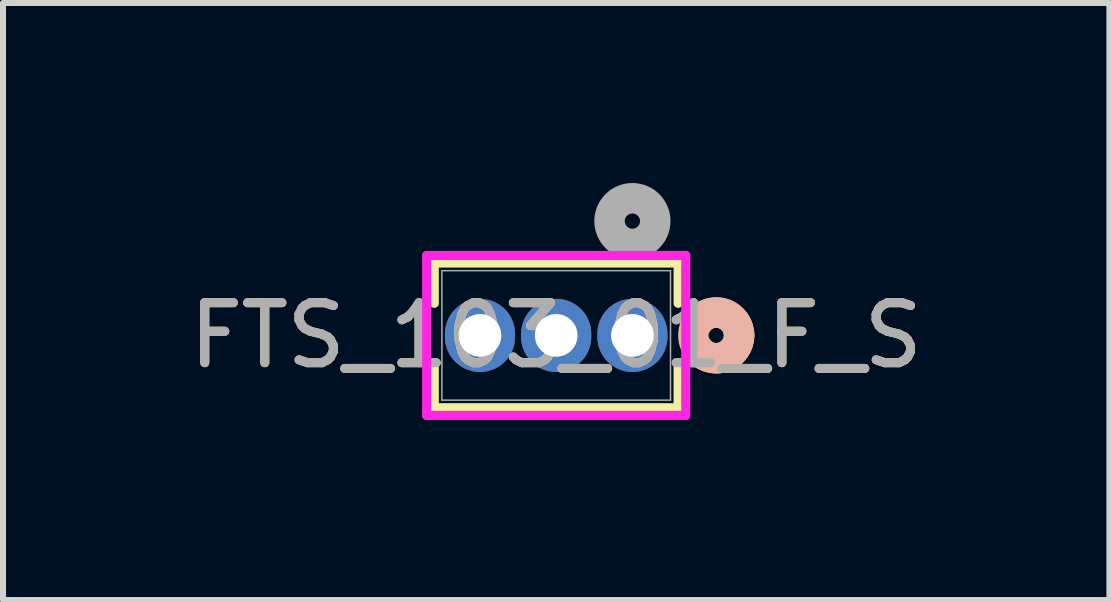
<source format=kicad_pcb>
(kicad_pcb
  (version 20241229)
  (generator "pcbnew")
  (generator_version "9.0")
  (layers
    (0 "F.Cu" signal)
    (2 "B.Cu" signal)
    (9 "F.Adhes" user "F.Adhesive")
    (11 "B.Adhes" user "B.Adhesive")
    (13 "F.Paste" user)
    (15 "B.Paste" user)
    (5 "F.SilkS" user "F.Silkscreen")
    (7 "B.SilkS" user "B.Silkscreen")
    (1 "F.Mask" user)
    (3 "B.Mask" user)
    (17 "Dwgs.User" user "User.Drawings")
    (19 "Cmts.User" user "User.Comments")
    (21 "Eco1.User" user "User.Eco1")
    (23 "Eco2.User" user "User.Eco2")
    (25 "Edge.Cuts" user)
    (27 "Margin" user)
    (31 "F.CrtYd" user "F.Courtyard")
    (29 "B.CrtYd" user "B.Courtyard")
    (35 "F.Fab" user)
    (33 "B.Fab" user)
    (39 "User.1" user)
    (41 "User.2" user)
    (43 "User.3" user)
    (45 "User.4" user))
  (footprint "FTS_103_01_F_S"
    (layer "F.Cu")
    (at 7.49 2.54)
    (property "Reference" "FTS_103_01_F_S" (at -1.27 0 0) (unlocked yes) (layer "F.SilkS") (effects (font (size 1 1) (thickness 0.15))))
    (attr through_hole)
    (fp_line (start -3.302 -1.206) (end -3.302 -0.535) (stroke (width 0.152) (type solid)) (layer "F.SilkS"))
    (fp_line (start -3.302 0.535) (end -3.302 1.206) (stroke (width 0.152) (type solid)) (layer "F.SilkS"))
    (fp_line (start -3.302 1.206) (end 0.762 1.206) (stroke (width 0.152) (type solid)) (layer "F.SilkS"))
    (fp_line (start 0.762 -1.206) (end -3.302 -1.206) (stroke (width 0.152) (type solid)) (layer "F.SilkS"))
    (fp_line (start 0.762 -0.535) (end 0.762 -1.206) (stroke (width 0.152) (type solid)) (layer "F.SilkS"))
    (fp_line (start 0.762 1.206) (end 0.762 0.535) (stroke (width 0.152) (type solid)) (layer "F.SilkS"))
    (fp_arc (start 1.079071 -0.209957) (mid 1.506613 -0.364892) (end 1.778 0) (stroke (width 0.508) (type solid)) (layer "F.SilkS"))
    (fp_arc (start 1.778 0) (mid 1.506613 0.364892) (end 1.079071 0.209957) (stroke (width 0.508) (type solid)) (layer "F.SilkS"))
    (fp_circle (center 1.397 0) (end 1.778 0) (stroke (width 0.508) (type solid)) (fill no) (layer "B.SilkS"))
    (fp_line (start -3.429 -1.333) (end -3.429 1.333) (stroke (width 0.152) (type solid)) (layer "F.CrtYd"))
    (fp_line (start -3.429 1.333) (end 0.889 1.333) (stroke (width 0.152) (type solid)) (layer "F.CrtYd"))
    (fp_line (start 0.889 -1.333) (end -3.429 -1.333) (stroke (width 0.152) (type solid)) (layer "F.CrtYd"))
    (fp_line (start 0.889 1.333) (end 0.889 -1.333) (stroke (width 0.152) (type solid)) (layer "F.CrtYd"))
    (fp_line (start -3.175 -1.079) (end -3.175 1.079) (stroke (width 0.025) (type solid)) (layer "F.Fab"))
    (fp_line (start -3.175 1.079) (end 0.635 1.079) (stroke (width 0.025) (type solid)) (layer "F.Fab"))
    (fp_line (start 0.635 -1.079) (end -3.175 -1.079) (stroke (width 0.025) (type solid)) (layer "F.Fab"))
    (fp_line (start 0.635 1.079) (end 0.635 -1.079) (stroke (width 0.025) (type solid)) (layer "F.Fab"))
    (fp_circle (center 0 -1.905) (end 0.381 -1.905) (stroke (width 0.508) (type solid)) (fill no) (layer "F.Fab"))
    (fp_text user "${REFERENCE}" (at -1.27 0 0) (unlocked yes) (layer "F.Fab") (effects (font (size 1 1) (thickness 0.15))))
    (pad "1" thru_hole oval (at 0 0) (size 1.168 1.219) (drill 0.711) (layers "*.Cu" "*.Mask"))
    (pad "2" thru_hole oval (at -1.27 0) (size 1.168 1.219) (drill 0.711) (layers "*.Cu" "*.Mask"))
    (pad "3" thru_hole oval (at -2.54 0) (size 1.168 1.219) (drill 0.711) (layers "*.Cu" "*.Mask")))
  (gr_rect
    (start -3 -3)
    (end 15.44 6.95)
    (stroke (width 0.1) (type default))
    (fill no)
    (layer "Edge.Cuts")))
</source>
